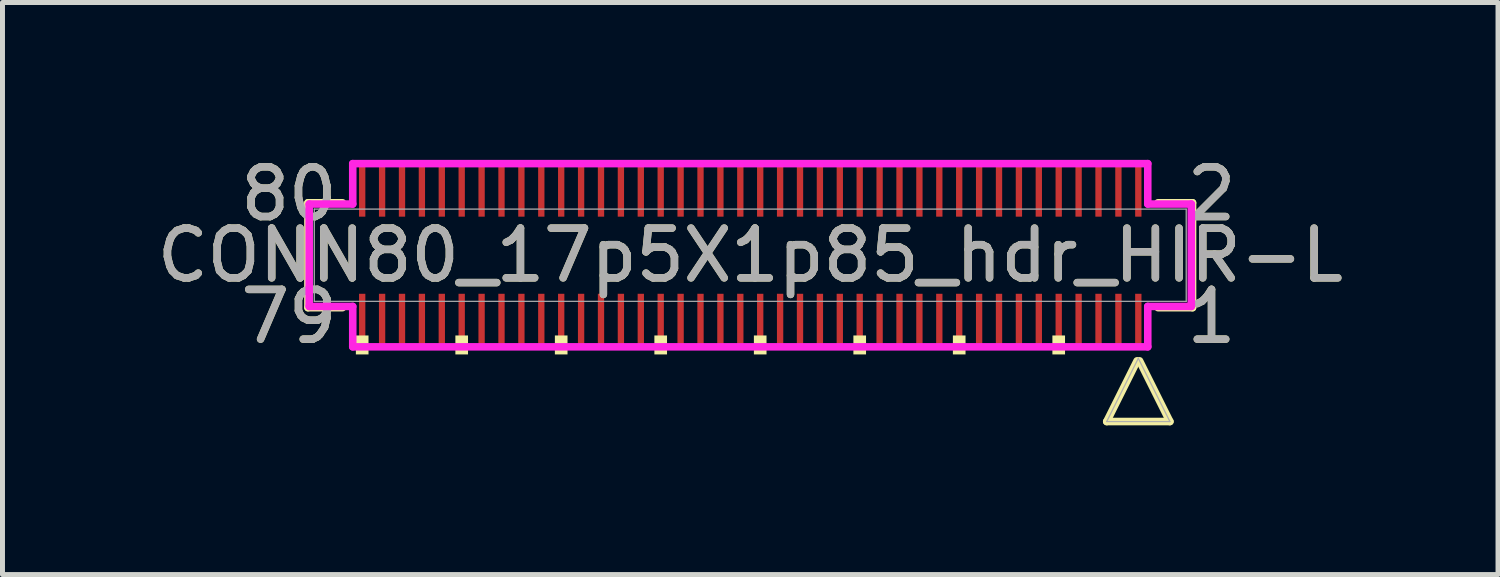
<source format=kicad_pcb>
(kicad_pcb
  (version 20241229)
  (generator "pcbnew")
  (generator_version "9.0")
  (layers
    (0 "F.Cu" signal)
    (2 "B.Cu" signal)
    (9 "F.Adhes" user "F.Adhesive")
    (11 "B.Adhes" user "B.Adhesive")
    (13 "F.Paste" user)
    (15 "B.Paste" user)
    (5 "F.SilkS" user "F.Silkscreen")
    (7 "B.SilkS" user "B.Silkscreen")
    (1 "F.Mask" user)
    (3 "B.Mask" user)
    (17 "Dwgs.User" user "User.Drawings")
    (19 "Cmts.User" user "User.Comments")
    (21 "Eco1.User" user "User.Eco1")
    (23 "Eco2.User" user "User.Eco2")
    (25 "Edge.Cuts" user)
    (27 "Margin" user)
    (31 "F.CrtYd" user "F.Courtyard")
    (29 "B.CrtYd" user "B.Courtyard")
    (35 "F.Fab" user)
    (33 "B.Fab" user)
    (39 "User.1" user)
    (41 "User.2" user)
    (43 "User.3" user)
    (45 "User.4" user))
  (footprint "CONN80_17p5X1p85_hdr_HIR-L"
    (layer "F.Cu")
    (at 12.03 2.08)
    (property "Reference" "CONN80_17p5X1p85_hdr_HIR-L" (at 0 0 0) (unlocked yes) (layer "F.SilkS") (effects (font (size 1 1) (thickness 0.15))))
    (attr smd)
    (fp_line (start -8.89 -1.054) (end -8.89 1.054) (stroke (width 0.152) (type solid)) (layer "F.SilkS"))
    (fp_line (start -8.89 1.054) (end -8.196 1.054) (stroke (width 0.152) (type solid)) (layer "F.SilkS"))
    (fp_line (start -8.196 -1.054) (end -8.89 -1.054) (stroke (width 0.152) (type solid)) (layer "F.SilkS"))
    (fp_line (start 7.165 3.343) (end 8.435 3.343) (stroke (width 0.152) (type solid)) (layer "F.SilkS"))
    (fp_line (start 7.775 2.123) (end 7.165 3.343) (stroke (width 0.152) (type solid)) (layer "F.SilkS"))
    (fp_line (start 8.196 1.054) (end 8.89 1.054) (stroke (width 0.152) (type solid)) (layer "F.SilkS"))
    (fp_line (start 8.435 3.343) (end 7.825 2.123) (stroke (width 0.152) (type solid)) (layer "F.SilkS"))
    (fp_line (start 8.89 -1.054) (end 8.196 -1.054) (stroke (width 0.152) (type solid)) (layer "F.SilkS"))
    (fp_line (start 8.89 1.054) (end 8.89 -1.054) (stroke (width 0.152) (type solid)) (layer "F.SilkS"))
    (fp_poly (pts (xy -7.927 1.613) (xy -7.927 1.994) (xy -7.673 1.994) (xy -7.673 1.613)) (stroke (width 0) (type solid)) (fill yes) (layer "F.SilkS"))
    (fp_poly (pts (xy -5.927 1.613) (xy -5.927 1.994) (xy -5.673 1.994) (xy -5.673 1.613)) (stroke (width 0) (type solid)) (fill yes) (layer "F.SilkS"))
    (fp_poly (pts (xy -3.927 1.613) (xy -3.927 1.994) (xy -3.673 1.994) (xy -3.673 1.613)) (stroke (width 0) (type solid)) (fill yes) (layer "F.SilkS"))
    (fp_poly (pts (xy -1.927 1.613) (xy -1.927 1.994) (xy -1.673 1.994) (xy -1.673 1.613)) (stroke (width 0) (type solid)) (fill yes) (layer "F.SilkS"))
    (fp_poly (pts (xy 0.073 1.613) (xy 0.073 1.994) (xy 0.327 1.994) (xy 0.327 1.613)) (stroke (width 0) (type solid)) (fill yes) (layer "F.SilkS"))
    (fp_poly (pts (xy 2.073 1.613) (xy 2.073 1.994) (xy 2.327 1.994) (xy 2.327 1.613)) (stroke (width 0) (type solid)) (fill yes) (layer "F.SilkS"))
    (fp_poly (pts (xy 4.073 1.613) (xy 4.073 1.994) (xy 4.327 1.994) (xy 4.327 1.613)) (stroke (width 0) (type solid)) (fill yes) (layer "F.SilkS"))
    (fp_poly (pts (xy 6.073 1.613) (xy 6.073 1.994) (xy 6.327 1.994) (xy 6.327 1.613)) (stroke (width 0) (type solid)) (fill yes) (layer "F.SilkS"))
    (fp_line (start -8.865 -1.029) (end -7.99 -1.029) (stroke (width 0.152) (type solid)) (layer "F.CrtYd"))
    (fp_line (start -8.865 1.029) (end -8.865 -1.029) (stroke (width 0.152) (type solid)) (layer "F.CrtYd"))
    (fp_line (start -7.99 -1.029) (end -7.99 -1.841) (stroke (width 0.152) (type solid)) (layer "F.CrtYd"))
    (fp_line (start -7.99 1.029) (end -8.865 1.029) (stroke (width 0.152) (type solid)) (layer "F.CrtYd"))
    (fp_line (start -7.99 1.841) (end -7.99 1.029) (stroke (width 0.152) (type solid)) (layer "F.CrtYd"))
    (fp_line (start -7.99 1.841) (end 7.99 1.841) (stroke (width 0.152) (type solid)) (layer "F.CrtYd"))
    (fp_line (start 7.99 -1.841) (end -7.99 -1.841) (stroke (width 0.152) (type solid)) (layer "F.CrtYd"))
    (fp_line (start 7.99 -1.841) (end 7.99 -1.029) (stroke (width 0.152) (type solid)) (layer "F.CrtYd"))
    (fp_line (start 7.99 -1.029) (end 8.865 -1.029) (stroke (width 0.152) (type solid)) (layer "F.CrtYd"))
    (fp_line (start 7.99 1.029) (end 7.99 1.841) (stroke (width 0.152) (type solid)) (layer "F.CrtYd"))
    (fp_line (start 8.865 -1.029) (end 8.865 1.029) (stroke (width 0.152) (type solid)) (layer "F.CrtYd"))
    (fp_line (start 8.865 1.029) (end 7.99 1.029) (stroke (width 0.152) (type solid)) (layer "F.CrtYd"))
    (fp_line (start -8.763 -0.927) (end -8.763 0.927) (stroke (width 0.025) (type solid)) (layer "F.Fab"))
    (fp_line (start -8.763 0.927) (end 8.763 0.927) (stroke (width 0.025) (type solid)) (layer "F.Fab"))
    (fp_line (start 7.165 3.343) (end 8.435 3.343) (stroke (width 0.025) (type solid)) (layer "F.Fab"))
    (fp_line (start 7.8 2.073) (end 7.165 3.343) (stroke (width 0.025) (type solid)) (layer "F.Fab"))
    (fp_line (start 8.435 3.343) (end 7.8 2.073) (stroke (width 0.025) (type solid)) (layer "F.Fab"))
    (fp_line (start 8.763 -0.927) (end -8.763 -0.927) (stroke (width 0.025) (type solid)) (layer "F.Fab"))
    (fp_line (start 8.763 0.927) (end 8.763 -0.927) (stroke (width 0.025) (type solid)) (layer "F.Fab"))
    (fp_text user "79" (at -9.271 1.232 0) (unlocked yes) (layer "F.SilkS") (effects (font (size 1 1) (thickness 0.15))))
    (fp_text user "1" (at 9.271 1.232 0) (unlocked yes) (layer "F.SilkS") (effects (font (size 1 1) (thickness 0.15))))
    (fp_text user "2" (at 9.271 -1.232 0) (unlocked yes) (layer "F.SilkS") (effects (font (size 1 1) (thickness 0.15))))
    (fp_text user "80" (at -9.271 -1.232 0) (unlocked yes) (layer "F.SilkS") (effects (font (size 1 1) (thickness 0.15))))
    (fp_text user "79" (at -9.271 1.232 0) (unlocked yes) (layer "F.Fab") (effects (font (size 1 1) (thickness 0.15))))
    (fp_text user "1" (at 9.271 1.232 0) (unlocked yes) (layer "F.Fab") (effects (font (size 1 1) (thickness 0.15))))
    (fp_text user "2" (at 9.271 -1.232 0) (unlocked yes) (layer "F.Fab") (effects (font (size 1 1) (thickness 0.15))))
    (fp_text user "${REFERENCE}" (at 0 0 0) (unlocked yes) (layer "F.Fab") (effects (font (size 1 1) (thickness 0.15))))
    (fp_text user "80" (at -9.271 -1.232 0) (unlocked yes) (layer "F.Fab") (effects (font (size 1 1) (thickness 0.15))))
    (pad "1" smd rect (at 7.8 1.283) (size 0.127 1.016) (layers "F.Cu" "F.Mask" "F.Paste"))
    (pad "2" smd rect (at 7.8 -1.283) (size 0.127 1.016) (layers "F.Cu" "F.Mask" "F.Paste"))
    (pad "3" smd rect (at 7.4 1.283) (size 0.127 1.016) (layers "F.Cu" "F.Mask" "F.Paste"))
    (pad "4" smd rect (at 7.4 -1.283) (size 0.127 1.016) (layers "F.Cu" "F.Mask" "F.Paste"))
    (pad "5" smd rect (at 7 1.283) (size 0.127 1.016) (layers "F.Cu" "F.Mask" "F.Paste"))
    (pad "6" smd rect (at 7 -1.283) (size 0.127 1.016) (layers "F.Cu" "F.Mask" "F.Paste"))
    (pad "7" smd rect (at 6.6 1.283) (size 0.127 1.016) (layers "F.Cu" "F.Mask" "F.Paste"))
    (pad "8" smd rect (at 6.6 -1.283) (size 0.127 1.016) (layers "F.Cu" "F.Mask" "F.Paste"))
    (pad "9" smd rect (at 6.2 1.283) (size 0.127 1.016) (layers "F.Cu" "F.Mask" "F.Paste"))
    (pad "10" smd rect (at 6.2 -1.283) (size 0.127 1.016) (layers "F.Cu" "F.Mask" "F.Paste"))
    (pad "11" smd rect (at 5.8 1.283) (size 0.127 1.016) (layers "F.Cu" "F.Mask" "F.Paste"))
    (pad "12" smd rect (at 5.8 -1.283) (size 0.127 1.016) (layers "F.Cu" "F.Mask" "F.Paste"))
    (pad "13" smd rect (at 5.4 1.283) (size 0.127 1.016) (layers "F.Cu" "F.Mask" "F.Paste"))
    (pad "14" smd rect (at 5.4 -1.283) (size 0.127 1.016) (layers "F.Cu" "F.Mask" "F.Paste"))
    (pad "15" smd rect (at 5 1.283) (size 0.127 1.016) (layers "F.Cu" "F.Mask" "F.Paste"))
    (pad "16" smd rect (at 5 -1.283) (size 0.127 1.016) (layers "F.Cu" "F.Mask" "F.Paste"))
    (pad "17" smd rect (at 4.6 1.283) (size 0.127 1.016) (layers "F.Cu" "F.Mask" "F.Paste"))
    (pad "18" smd rect (at 4.6 -1.283) (size 0.127 1.016) (layers "F.Cu" "F.Mask" "F.Paste"))
    (pad "19" smd rect (at 4.2 1.283) (size 0.127 1.016) (layers "F.Cu" "F.Mask" "F.Paste"))
    (pad "20" smd rect (at 4.2 -1.283) (size 0.127 1.016) (layers "F.Cu" "F.Mask" "F.Paste"))
    (pad "21" smd rect (at 3.8 1.283) (size 0.127 1.016) (layers "F.Cu" "F.Mask" "F.Paste"))
    (pad "22" smd rect (at 3.8 -1.283) (size 0.127 1.016) (layers "F.Cu" "F.Mask" "F.Paste"))
    (pad "23" smd rect (at 3.4 1.283) (size 0.127 1.016) (layers "F.Cu" "F.Mask" "F.Paste"))
    (pad "24" smd rect (at 3.4 -1.283) (size 0.127 1.016) (layers "F.Cu" "F.Mask" "F.Paste"))
    (pad "25" smd rect (at 3 1.283) (size 0.127 1.016) (layers "F.Cu" "F.Mask" "F.Paste"))
    (pad "26" smd rect (at 3 -1.283) (size 0.127 1.016) (layers "F.Cu" "F.Mask" "F.Paste"))
    (pad "27" smd rect (at 2.6 1.283) (size 0.127 1.016) (layers "F.Cu" "F.Mask" "F.Paste"))
    (pad "28" smd rect (at 2.6 -1.283) (size 0.127 1.016) (layers "F.Cu" "F.Mask" "F.Paste"))
    (pad "29" smd rect (at 2.2 1.283) (size 0.127 1.016) (layers "F.Cu" "F.Mask" "F.Paste"))
    (pad "30" smd rect (at 2.2 -1.283) (size 0.127 1.016) (layers "F.Cu" "F.Mask" "F.Paste"))
    (pad "31" smd rect (at 1.8 1.283) (size 0.127 1.016) (layers "F.Cu" "F.Mask" "F.Paste"))
    (pad "32" smd rect (at 1.8 -1.283) (size 0.127 1.016) (layers "F.Cu" "F.Mask" "F.Paste"))
    (pad "33" smd rect (at 1.4 1.283) (size 0.127 1.016) (layers "F.Cu" "F.Mask" "F.Paste"))
    (pad "34" smd rect (at 1.4 -1.283) (size 0.127 1.016) (layers "F.Cu" "F.Mask" "F.Paste"))
    (pad "35" smd rect (at 1 1.283) (size 0.127 1.016) (layers "F.Cu" "F.Mask" "F.Paste"))
    (pad "36" smd rect (at 1 -1.283) (size 0.127 1.016) (layers "F.Cu" "F.Mask" "F.Paste"))
    (pad "37" smd rect (at 0.6 1.283) (size 0.127 1.016) (layers "F.Cu" "F.Mask" "F.Paste"))
    (pad "38" smd rect (at 0.6 -1.283) (size 0.127 1.016) (layers "F.Cu" "F.Mask" "F.Paste"))
    (pad "39" smd rect (at 0.2 1.283) (size 0.127 1.016) (layers "F.Cu" "F.Mask" "F.Paste"))
    (pad "40" smd rect (at 0.2 -1.283) (size 0.127 1.016) (layers "F.Cu" "F.Mask" "F.Paste"))
    (pad "41" smd rect (at -0.2 1.283) (size 0.127 1.016) (layers "F.Cu" "F.Mask" "F.Paste"))
    (pad "42" smd rect (at -0.2 -1.283) (size 0.127 1.016) (layers "F.Cu" "F.Mask" "F.Paste"))
    (pad "43" smd rect (at -0.6 1.283) (size 0.127 1.016) (layers "F.Cu" "F.Mask" "F.Paste"))
    (pad "44" smd rect (at -0.6 -1.283) (size 0.127 1.016) (layers "F.Cu" "F.Mask" "F.Paste"))
    (pad "45" smd rect (at -1 1.283) (size 0.127 1.016) (layers "F.Cu" "F.Mask" "F.Paste"))
    (pad "46" smd rect (at -1 -1.283) (size 0.127 1.016) (layers "F.Cu" "F.Mask" "F.Paste"))
    (pad "47" smd rect (at -1.4 1.283) (size 0.127 1.016) (layers "F.Cu" "F.Mask" "F.Paste"))
    (pad "48" smd rect (at -1.4 -1.283) (size 0.127 1.016) (layers "F.Cu" "F.Mask" "F.Paste"))
    (pad "49" smd rect (at -1.8 1.283) (size 0.127 1.016) (layers "F.Cu" "F.Mask" "F.Paste"))
    (pad "50" smd rect (at -1.8 -1.283) (size 0.127 1.016) (layers "F.Cu" "F.Mask" "F.Paste"))
    (pad "51" smd rect (at -2.2 1.283) (size 0.127 1.016) (layers "F.Cu" "F.Mask" "F.Paste"))
    (pad "52" smd rect (at -2.2 -1.283) (size 0.127 1.016) (layers "F.Cu" "F.Mask" "F.Paste"))
    (pad "53" smd rect (at -2.6 1.283) (size 0.127 1.016) (layers "F.Cu" "F.Mask" "F.Paste"))
    (pad "54" smd rect (at -2.6 -1.283) (size 0.127 1.016) (layers "F.Cu" "F.Mask" "F.Paste"))
    (pad "55" smd rect (at -3 1.283) (size 0.127 1.016) (layers "F.Cu" "F.Mask" "F.Paste"))
    (pad "56" smd rect (at -3 -1.283) (size 0.127 1.016) (layers "F.Cu" "F.Mask" "F.Paste"))
    (pad "57" smd rect (at -3.4 1.283) (size 0.127 1.016) (layers "F.Cu" "F.Mask" "F.Paste"))
    (pad "58" smd rect (at -3.4 -1.283) (size 0.127 1.016) (layers "F.Cu" "F.Mask" "F.Paste"))
    (pad "59" smd rect (at -3.8 1.283) (size 0.127 1.016) (layers "F.Cu" "F.Mask" "F.Paste"))
    (pad "60" smd rect (at -3.8 -1.283) (size 0.127 1.016) (layers "F.Cu" "F.Mask" "F.Paste"))
    (pad "61" smd rect (at -4.2 1.283) (size 0.127 1.016) (layers "F.Cu" "F.Mask" "F.Paste"))
    (pad "62" smd rect (at -4.2 -1.283) (size 0.127 1.016) (layers "F.Cu" "F.Mask" "F.Paste"))
    (pad "63" smd rect (at -4.6 1.283) (size 0.127 1.016) (layers "F.Cu" "F.Mask" "F.Paste"))
    (pad "64" smd rect (at -4.6 -1.283) (size 0.127 1.016) (layers "F.Cu" "F.Mask" "F.Paste"))
    (pad "65" smd rect (at -5 1.283) (size 0.127 1.016) (layers "F.Cu" "F.Mask" "F.Paste"))
    (pad "66" smd rect (at -5 -1.283) (size 0.127 1.016) (layers "F.Cu" "F.Mask" "F.Paste"))
    (pad "67" smd rect (at -5.4 1.283) (size 0.127 1.016) (layers "F.Cu" "F.Mask" "F.Paste"))
    (pad "68" smd rect (at -5.4 -1.283) (size 0.127 1.016) (layers "F.Cu" "F.Mask" "F.Paste"))
    (pad "69" smd rect (at -5.8 1.283) (size 0.127 1.016) (layers "F.Cu" "F.Mask" "F.Paste"))
    (pad "70" smd rect (at -5.8 -1.283) (size 0.127 1.016) (layers "F.Cu" "F.Mask" "F.Paste"))
    (pad "71" smd rect (at -6.2 1.283) (size 0.127 1.016) (layers "F.Cu" "F.Mask" "F.Paste"))
    (pad "72" smd rect (at -6.2 -1.283) (size 0.127 1.016) (layers "F.Cu" "F.Mask" "F.Paste"))
    (pad "73" smd rect (at -6.6 1.283) (size 0.127 1.016) (layers "F.Cu" "F.Mask" "F.Paste"))
    (pad "74" smd rect (at -6.6 -1.283) (size 0.127 1.016) (layers "F.Cu" "F.Mask" "F.Paste"))
    (pad "75" smd rect (at -7 1.283) (size 0.127 1.016) (layers "F.Cu" "F.Mask" "F.Paste"))
    (pad "76" smd rect (at -7 -1.283) (size 0.127 1.016) (layers "F.Cu" "F.Mask" "F.Paste"))
    (pad "77" smd rect (at -7.4 1.283) (size 0.127 1.016) (layers "F.Cu" "F.Mask" "F.Paste"))
    (pad "78" smd rect (at -7.4 -1.283) (size 0.127 1.016) (layers "F.Cu" "F.Mask" "F.Paste"))
    (pad "79" smd rect (at -7.8 1.283) (size 0.127 1.016) (layers "F.Cu" "F.Mask" "F.Paste"))
    (pad "80" smd rect (at -7.8 -1.283) (size 0.127 1.016) (layers "F.Cu" "F.Mask" "F.Paste")))
  (gr_rect
    (start -3 -3)
    (end 27.06 8.499)
    (stroke (width 0.1) (type default))
    (fill no)
    (layer "Edge.Cuts")))
</source>
